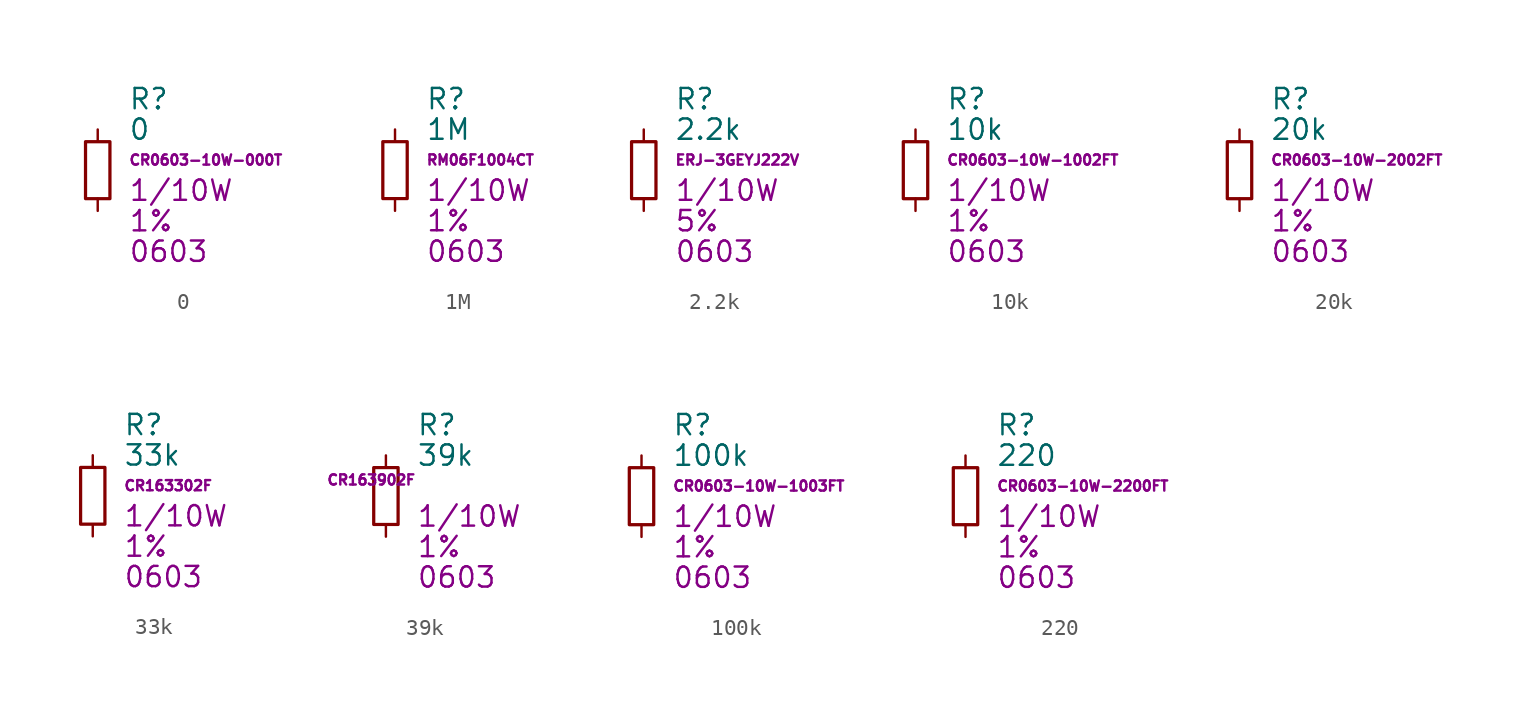
<source format=kicad_sym>
(kicad_symbol_lib
  (version 20220914)
  (generator kicad_symbol_editor)
  (symbol "0"
    (pin_numbers hide)
    (pin_names hide)
    (property "Reference" "R"
      (at 1.905 1.905 0)
      (effects (font (size 1.27 1.27)) (justify left)))
    (property "Value" "0"
      (at 1.905 0 0)
      (effects (font (size 1.27 1.27)) (justify left)))
    (property "Mfr PN" "CR0603-10W-000T"
      (at 1.905 -1.905 0)
      (effects (font (size 0.635 0.635)) (justify left)))
    (property "Power" "1/10W"
      (at 1.905 -3.81 0)
      (effects (font (size 1.27 1.27)) (justify left)))
    (property "Package" "0603"
      (at 1.905 -7.62 0)
      (effects (font (size 1.27 1.27)) (justify left)))
    (property "Tolerance" "1%"
      (at 1.905 -5.715 0)
      (effects (font (size 1.27 1.27)) (justify left)))
    (symbol "0_0_1"
      (rectangle (start -0.762 -0.762) (end 0.762 -4.318) (stroke (width 0.203) (type default)) (fill (type none))))
    (symbol "0_1_1"
      (pin passive line (at 0 0 270) (length 0.762) (name "~" (effects (font (size 1.27 1.27)))) (number "1" (effects (font (size 1.27 1.27)))))
      (pin passive line (at 0 -5.08 90) (length 0.762) (name "~" (effects (font (size 1.27 1.27)))) (number "2" (effects (font (size 1.27 1.27)))))))
  (symbol "1M"
    (pin_numbers hide)
    (pin_names hide)
    (property "Reference" "R"
      (at 1.905 1.905 0)
      (effects (font (size 1.27 1.27)) (justify left)))
    (property "Value" "1M"
      (at 1.905 0 0)
      (effects (font (size 1.27 1.27)) (justify left)))
    (property "Mfr PN" "RM06F1004CT"
      (at 1.905 -1.905 0)
      (effects (font (size 0.635 0.635)) (justify left)))
    (property "Power" "1/10W"
      (at 1.905 -3.81 0)
      (effects (font (size 1.27 1.27)) (justify left)))
    (property "Package" "0603"
      (at 1.905 -7.62 0)
      (effects (font (size 1.27 1.27)) (justify left)))
    (property "Tolerance" "1%"
      (at 1.905 -5.715 0)
      (effects (font (size 1.27 1.27)) (justify left)))
    (symbol "1M_0_1"
      (rectangle (start -0.762 -0.762) (end 0.762 -4.318) (stroke (width 0.203) (type default)) (fill (type none))))
    (symbol "1M_1_1"
      (pin passive line (at 0 0 270) (length 0.762) (name "~" (effects (font (size 1.27 1.27)))) (number "1" (effects (font (size 1.27 1.27)))))
      (pin passive line (at 0 -5.08 90) (length 0.762) (name "~" (effects (font (size 1.27 1.27)))) (number "2" (effects (font (size 1.27 1.27)))))))
  (symbol "2.2k"
    (pin_numbers hide)
    (pin_names hide)
    (property "Reference" "R"
      (at 1.905 1.905 0)
      (effects (font (size 1.27 1.27)) (justify left)))
    (property "Value" "2.2k"
      (at 1.905 0 0)
      (effects (font (size 1.27 1.27)) (justify left)))
    (property "Mfr PN" "ERJ-3GEYJ222V"
      (at 1.905 -1.905 0)
      (effects (font (size 0.635 0.635)) (justify left)))
    (property "Power" "1/10W"
      (at 1.905 -3.81 0)
      (effects (font (size 1.27 1.27)) (justify left)))
    (property "Package" "0603"
      (at 1.905 -7.62 0)
      (effects (font (size 1.27 1.27)) (justify left)))
    (property "Tolerance" "5%"
      (at 1.905 -5.715 0)
      (effects (font (size 1.27 1.27)) (justify left)))
    (symbol "2.2k_0_1"
      (rectangle (start -0.762 -0.762) (end 0.762 -4.318) (stroke (width 0.203) (type default)) (fill (type none))))
    (symbol "2.2k_1_1"
      (pin passive line (at 0 0 270) (length 0.762) (name "~" (effects (font (size 1.27 1.27)))) (number "1" (effects (font (size 1.27 1.27)))))
      (pin passive line (at 0 -5.08 90) (length 0.762) (name "~" (effects (font (size 1.27 1.27)))) (number "2" (effects (font (size 1.27 1.27)))))))
  (symbol "10k"
    (pin_numbers hide)
    (pin_names hide)
    (property "Reference" "R"
      (at 1.905 1.905 0)
      (effects (font (size 1.27 1.27)) (justify left)))
    (property "Value" "10k"
      (at 1.905 0 0)
      (effects (font (size 1.27 1.27)) (justify left)))
    (property "Mfr PN" "CR0603-10W-1002FT"
      (at 1.905 -1.905 0)
      (effects (font (size 0.635 0.635)) (justify left)))
    (property "Power" "1/10W"
      (at 1.905 -3.81 0)
      (effects (font (size 1.27 1.27)) (justify left)))
    (property "Package" "0603"
      (at 1.905 -7.62 0)
      (effects (font (size 1.27 1.27)) (justify left)))
    (property "Tolerance" "1%"
      (at 1.905 -5.715 0)
      (effects (font (size 1.27 1.27)) (justify left)))
    (symbol "10k_0_1"
      (rectangle (start -0.762 -0.762) (end 0.762 -4.318) (stroke (width 0.203) (type default)) (fill (type none))))
    (symbol "10k_1_1"
      (pin passive line (at 0 0 270) (length 0.762) (name "~" (effects (font (size 1.27 1.27)))) (number "1" (effects (font (size 1.27 1.27)))))
      (pin passive line (at 0 -5.08 90) (length 0.762) (name "~" (effects (font (size 1.27 1.27)))) (number "2" (effects (font (size 1.27 1.27)))))))
  (symbol "20k"
    (pin_numbers hide)
    (pin_names hide)
    (property "Reference" "R"
      (at 1.905 1.905 0)
      (effects (font (size 1.27 1.27)) (justify left)))
    (property "Value" "20k"
      (at 1.905 0 0)
      (effects (font (size 1.27 1.27)) (justify left)))
    (property "Mfr PN" "CR0603-10W-2002FT"
      (at 1.905 -1.905 0)
      (effects (font (size 0.635 0.635)) (justify left)))
    (property "Power" "1/10W"
      (at 1.905 -3.81 0)
      (effects (font (size 1.27 1.27)) (justify left)))
    (property "Package" "0603"
      (at 1.905 -7.62 0)
      (effects (font (size 1.27 1.27)) (justify left)))
    (property "Tolerance" "1%"
      (at 1.905 -5.715 0)
      (effects (font (size 1.27 1.27)) (justify left)))
    (symbol "20k_0_1"
      (rectangle (start -0.762 -0.762) (end 0.762 -4.318) (stroke (width 0.203) (type default)) (fill (type none))))
    (symbol "20k_1_1"
      (pin passive line (at 0 0 270) (length 0.762) (name "~" (effects (font (size 1.27 1.27)))) (number "1" (effects (font (size 1.27 1.27)))))
      (pin passive line (at 0 -5.08 90) (length 0.762) (name "~" (effects (font (size 1.27 1.27)))) (number "2" (effects (font (size 1.27 1.27)))))))
  (symbol "33k"
    (pin_numbers hide)
    (pin_names hide)
    (property "Reference" "R"
      (at 1.905 1.905 0)
      (effects (font (size 1.27 1.27)) (justify left)))
    (property "Value" "33k"
      (at 1.905 0 0)
      (effects (font (size 1.27 1.27)) (justify left)))
    (property "Mfr PN" "CR163302F"
      (at 1.905 -1.905 0)
      (effects (font (size 0.635 0.635)) (justify left)))
    (property "Power" "1/10W"
      (at 1.905 -3.81 0)
      (effects (font (size 1.27 1.27)) (justify left)))
    (property "Package" "0603"
      (at 1.905 -7.62 0)
      (effects (font (size 1.27 1.27)) (justify left)))
    (property "Tolerance" "1%"
      (at 1.905 -5.715 0)
      (effects (font (size 1.27 1.27)) (justify left)))
    (symbol "33k_0_1"
      (rectangle (start -0.762 -0.762) (end 0.762 -4.318) (stroke (width 0.203) (type default)) (fill (type none))))
    (symbol "33k_1_1"
      (pin passive line (at 0 0 270) (length 0.762) (name "~" (effects (font (size 1.27 1.27)))) (number "1" (effects (font (size 1.27 1.27)))))
      (pin passive line (at 0 -5.08 90) (length 0.762) (name "~" (effects (font (size 1.27 1.27)))) (number "2" (effects (font (size 1.27 1.27)))))))
  (symbol "39k"
    (pin_numbers hide)
    (pin_names hide)
    (property "Reference" "R"
      (at 1.905 1.905 0)
      (effects (font (size 1.27 1.27)) (justify left)))
    (property "Value" "39k"
      (at 1.905 0 0)
      (effects (font (size 1.27 1.27)) (justify left)))
    (property "Mfr PN" "CR163902F"
      (at 1.905 -1.905 0)
      (effects (font (size 0.635 0.635)) (justify right bottom)))
    (property "Power" "1/10W"
      (at 1.905 -3.81 0)
      (effects (font (size 1.27 1.27)) (justify left)))
    (property "Package" "0603"
      (at 1.905 -7.62 0)
      (effects (font (size 1.27 1.27)) (justify left)))
    (property "Tolerance" "1%"
      (at 1.905 -5.715 0)
      (effects (font (size 1.27 1.27)) (justify left)))
    (symbol "39k_0_1"
      (rectangle (start -0.762 -0.762) (end 0.762 -4.318) (stroke (width 0.203) (type default)) (fill (type none))))
    (symbol "39k_1_1"
      (pin passive line (at 0 0 270) (length 0.762) (name "~" (effects (font (size 1.27 1.27)))) (number "1" (effects (font (size 1.27 1.27)))))
      (pin passive line (at 0 -5.08 90) (length 0.762) (name "~" (effects (font (size 1.27 1.27)))) (number "2" (effects (font (size 1.27 1.27)))))))
  (symbol "100k"
    (pin_numbers hide)
    (pin_names hide)
    (property "Reference" "R"
      (at 1.905 1.905 0)
      (effects (font (size 1.27 1.27)) (justify left)))
    (property "Value" "100k"
      (at 1.905 0 0)
      (effects (font (size 1.27 1.27)) (justify left)))
    (property "Mfr PN" "CR0603-10W-1003FT"
      (at 1.905 -1.905 0)
      (effects (font (size 0.635 0.635)) (justify left)))
    (property "Power" "1/10W"
      (at 1.905 -3.81 0)
      (effects (font (size 1.27 1.27)) (justify left)))
    (property "Package" "0603"
      (at 1.905 -7.62 0)
      (effects (font (size 1.27 1.27)) (justify left)))
    (property "Tolerance" "1%"
      (at 1.905 -5.715 0)
      (effects (font (size 1.27 1.27)) (justify left)))
    (symbol "100k_0_1"
      (rectangle (start -0.762 -0.762) (end 0.762 -4.318) (stroke (width 0.203) (type default)) (fill (type none))))
    (symbol "100k_1_1"
      (pin passive line (at 0 0 270) (length 0.762) (name "~" (effects (font (size 1.27 1.27)))) (number "1" (effects (font (size 1.27 1.27)))))
      (pin passive line (at 0 -5.08 90) (length 0.762) (name "~" (effects (font (size 1.27 1.27)))) (number "2" (effects (font (size 1.27 1.27)))))))
  (symbol "220"
    (pin_numbers hide)
    (pin_names hide)
    (property "Reference" "R"
      (at 1.905 1.905 0)
      (effects (font (size 1.27 1.27)) (justify left)))
    (property "Value" "220"
      (at 1.905 0 0)
      (effects (font (size 1.27 1.27)) (justify left)))
    (property "Mfr PN" "CR0603-10W-2200FT"
      (at 1.905 -1.905 0)
      (effects (font (size 0.635 0.635)) (justify left)))
    (property "Power" "1/10W"
      (at 1.905 -3.81 0)
      (effects (font (size 1.27 1.27)) (justify left)))
    (property "Package" "0603"
      (at 1.905 -7.62 0)
      (effects (font (size 1.27 1.27)) (justify left)))
    (property "Tolerance" "1%"
      (at 1.905 -5.715 0)
      (effects (font (size 1.27 1.27)) (justify left)))
    (symbol "220_0_1"
      (rectangle (start -0.762 -0.762) (end 0.762 -4.318) (stroke (width 0.203) (type default)) (fill (type none))))
    (symbol "220_1_1"
      (pin passive line (at 0 0 270) (length 0.762) (name "~" (effects (font (size 1.27 1.27)))) (number "1" (effects (font (size 1.27 1.27)))))
      (pin passive line (at 0 -5.08 90) (length 0.762) (name "~" (effects (font (size 1.27 1.27)))) (number "2" (effects (font (size 1.27 1.27))))))))
</source>
